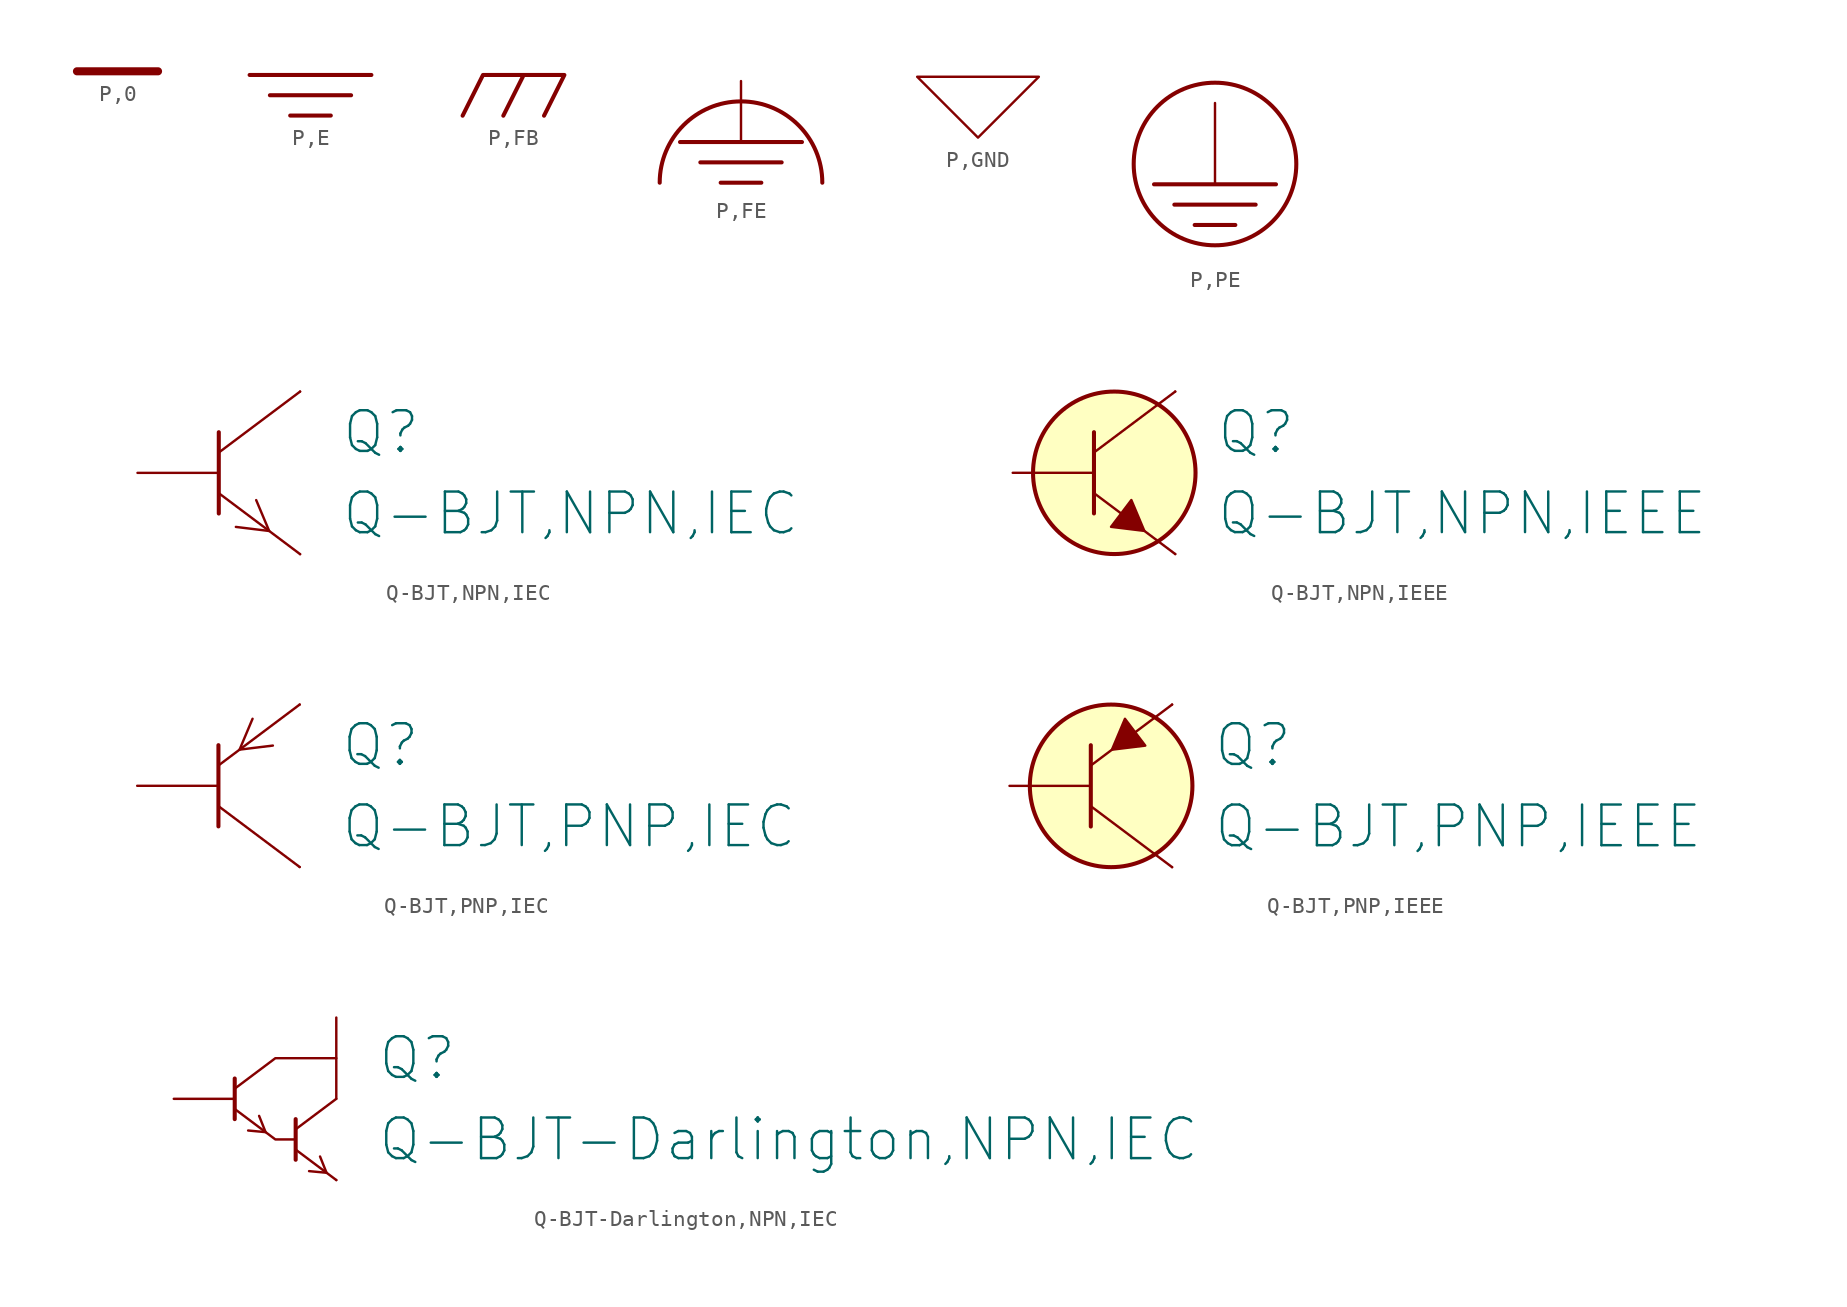
<source format=kicad_sym>
(kicad_symbol_lib
  (version 20211014)
  (generator kicad_symbol_editor)
  (symbol "P,0"
    (power)
    (pin_numbers hide)
    (pin_names
      (offset 3.81))
    (property "Reference" "#PWR"
      (at 3.81 3.81 0)
      (effects (font (size 2.54 2.54)) (justify left) hide))
    (symbol "P,0_1_1"
      (polyline (pts (xy -2.54 0) (xy 2.54 0)) (stroke (width 0.508) (type default) (color 0 0 0 0)) (fill (type none)))
      (pin power_in line (at 0 0 0) (length 0) hide (name "0" (effects (font (size 2.54 2.54)))) (number "0" (effects (font (size 0 0)))))))
  (symbol "P,E"
    (power)
    (pin_numbers hide)
    (pin_names
      (offset 3.81))
    (property "Reference" "#PWR"
      (at 3.81 3.81 0)
      (effects (font (size 2.54 2.54)) (justify left) hide))
    (symbol "P,E_1_1"
      (polyline (pts (xy -3.81 0) (xy 3.81 0)) (stroke (width 0.254) (type default) (color 0 0 0 0)) (fill (type none)))
      (polyline (pts (xy -2.54 -1.27) (xy 2.54 -1.27)) (stroke (width 0.254) (type default) (color 0 0 0 0)) (fill (type none)))
      (polyline (pts (xy -1.27 -2.54) (xy 1.27 -2.54)) (stroke (width 0.254) (type default) (color 0 0 0 0)) (fill (type none)))
      (pin power_in line (at 0 0 0) (length 0) hide (name "E" (effects (font (size 2.54 2.54)))) (number "0" (effects (font (size 0 0)))))))
  (symbol "P,FB"
    (power)
    (pin_numbers hide)
    (pin_names
      (offset 3.81))
    (property "Reference" "#PWR"
      (at 3.81 3.81 0)
      (effects (font (size 2.54 2.54)) (justify left) hide))
    (symbol "P,FB_1_1"
      (polyline (pts (xy 0 0) (xy -1.27 -2.54)) (stroke (width 0.254) (type default) (color 0 0 0 0)) (fill (type none)))
      (polyline (pts (xy -3.81 -2.54) (xy -2.54 0) (xy 2.54 0) (xy 1.27 -2.54)) (stroke (width 0.254) (type default) (color 0 0 0 0)) (fill (type none)))
      (pin power_in line (at 0 0 0) (length 0) hide (name "FB" (effects (font (size 2.54 2.54)))) (number "0" (effects (font (size 0 0)))))))
  (symbol "P,FE"
    (power)
    (pin_numbers hide)
    (pin_names
      (offset 3.81))
    (property "Reference" "#PWR"
      (at 3.81 3.81 0)
      (effects (font (size 2.54 2.54)) (justify left) hide))
    (symbol "P,FE_1_1"
      (polyline (pts (xy -3.81 -3.81) (xy 3.81 -3.81)) (stroke (width 0.254) (type default) (color 0 0 0 0)) (fill (type none)))
      (polyline (pts (xy -2.54 -5.08) (xy 2.54 -5.08)) (stroke (width 0.254) (type default) (color 0 0 0 0)) (fill (type none)))
      (polyline (pts (xy -1.27 -6.35) (xy 1.27 -6.35)) (stroke (width 0.254) (type default) (color 0 0 0 0)) (fill (type none)))
      (polyline (pts (xy 0 0) (xy 0 -3.81)) (stroke (width 0) (type default) (color 0 0 0 0)) (fill (type none)))
      (arc (start 5.08 -6.35) (mid 0 -1.27) (end -5.08 -6.35) (stroke (width 0.254) (type default) (color 0 0 0 0)) (fill (type none)))
      (pin power_in line (at 0 0 0) (length 0) hide (name "FE" (effects (font (size 2.54 2.54)))) (number "0" (effects (font (size 0 0)))))))
  (symbol "P,GND"
    (power)
    (pin_numbers hide)
    (pin_names
      (offset 3.81))
    (property "Reference" "#PWR"
      (at 3.81 3.81 0)
      (effects (font (size 2.54 2.54)) (justify left) hide))
    (symbol "P,GND_1_1"
      (polyline (pts (xy 0 -3.81) (xy 3.81 0) (xy -3.81 0) (xy 0 -3.81)) (stroke (width 0) (type default) (color 0 0 0 0)) (fill (type none)))
      (pin power_in line (at 0 0 0) (length 0) hide (name "GND" (effects (font (size 2.54 2.54)))) (number "0" (effects (font (size 0 0)))))))
  (symbol "P,PE"
    (power)
    (pin_numbers hide)
    (pin_names
      (offset 3.81))
    (property "Reference" "#PWR"
      (at 3.81 3.81 0)
      (effects (font (size 2.54 2.54)) (justify left) hide))
    (symbol "P,PE_1_1"
      (circle (center 0 -3.81) (radius 5.08) (stroke (width 0.254) (type default) (color 0 0 0 0)) (fill (type none)))
      (polyline (pts (xy -3.81 -5.08) (xy 3.81 -5.08)) (stroke (width 0.254) (type default) (color 0 0 0 0)) (fill (type none)))
      (polyline (pts (xy -2.54 -6.35) (xy 2.54 -6.35)) (stroke (width 0.254) (type default) (color 0 0 0 0)) (fill (type none)))
      (polyline (pts (xy -1.27 -7.62) (xy 1.27 -7.62)) (stroke (width 0.254) (type default) (color 0 0 0 0)) (fill (type none)))
      (polyline (pts (xy 0 0) (xy 0 -5.08)) (stroke (width 0) (type default) (color 0 0 0 0)) (fill (type none)))
      (pin power_in line (at 0 0 0) (length 0) hide (name "PE" (effects (font (size 2.54 2.54)))) (number "0" (effects (font (size 0 0)))))))
  (symbol "Q-BJT,NPN,IEC"
    (pin_numbers hide)
    (pin_names
      (offset 0) hide)
    (property "Reference" "Q"
      (at 7.62 2.54 0)
      (effects (font (size 2.54 2.54)) (justify left)))
    (property "Value" "Q-BJT,NPN,IEC"
      (at 7.62 -2.54 0)
      (effects (font (size 2.54 2.54)) (justify left)))
    (symbol "Q-BJT,NPN,IEC_1_1"
      (polyline (pts (xy 0 2.54) (xy 0 -2.54)) (stroke (width 0.254) (type default) (color 0 0 0 0)) (fill (type none)))
      (polyline (pts (xy 5.08 -5.08) (xy 0 -1.27)) (stroke (width 0) (type default) (color 0 0 0 0)) (fill (type none)))
      (polyline (pts (xy 5.08 5.08) (xy 0 1.27)) (stroke (width 0) (type default) (color 0 0 0 0)) (fill (type none)))
      (polyline (pts (xy 2.337 -1.702) (xy 3.15 -3.632) (xy 1.067 -3.378)) (stroke (width 0) (type default) (color 0 0 0 0)) (fill (type none)))
      (pin passive line (at 5.08 5.08 270) (length 0) (name "C" (effects (font (size 1.27 1.27)))) (number "1" (effects (font (size 1.829 1.829)))))
      (pin passive line (at -5.08 0 0) (length 5.08) (name "B" (effects (font (size 1.27 1.27)))) (number "2" (effects (font (size 1.829 1.829)))))
      (pin passive line (at 5.08 -5.08 90) (length 0) (name "E" (effects (font (size 1.27 1.27)))) (number "3" (effects (font (size 1.829 1.829)))))))
  (symbol "Q-BJT,NPN,IEEE"
    (pin_numbers hide)
    (pin_names
      (offset 0) hide)
    (property "Reference" "Q"
      (at 7.62 2.54 0)
      (effects (font (size 2.54 2.54)) (justify left)))
    (property "Value" "Q-BJT,NPN,IEEE"
      (at 7.62 -2.54 0)
      (effects (font (size 2.54 2.54)) (justify left)))
    (symbol "Q-BJT,NPN,IEEE_1_1"
      (polyline (pts (xy 0 2.54) (xy 0 -2.54)) (stroke (width 0.254) (type default) (color 0 0 0 0)) (fill (type none)))
      (polyline (pts (xy 5.08 -5.08) (xy 0 -1.27)) (stroke (width 0) (type default) (color 0 0 0 0)) (fill (type none)))
      (polyline (pts (xy 5.08 5.08) (xy 0 1.27)) (stroke (width 0) (type default) (color 0 0 0 0)) (fill (type none)))
      (polyline (pts (xy 2.337 -1.702) (xy 3.15 -3.632) (xy 1.067 -3.378) (xy 2.337 -1.702)) (stroke (width 0) (type default) (color 0 0 0 0)) (fill (type outline)))
      (circle (center 1.27 0) (radius 5.08) (stroke (width 0.254) (type default) (color 0 0 0 0)) (fill (type background)))
      (pin passive line (at 5.08 5.08 270) (length 0) (name "C" (effects (font (size 1.27 1.27)))) (number "1" (effects (font (size 1.829 1.829)))))
      (pin passive line (at -5.08 0 0) (length 5.08) (name "B" (effects (font (size 1.27 1.27)))) (number "2" (effects (font (size 1.829 1.829)))))
      (pin passive line (at 5.08 -5.08 90) (length 0) (name "E" (effects (font (size 1.27 1.27)))) (number "3" (effects (font (size 1.829 1.829)))))))
  (symbol "Q-BJT,PNP,IEC"
    (pin_numbers hide)
    (pin_names
      (offset 0) hide)
    (property "Reference" "Q"
      (at 7.62 2.54 0)
      (effects (font (size 2.54 2.54)) (justify left)))
    (property "Value" "Q-BJT,PNP,IEC"
      (at 7.62 -2.54 0)
      (effects (font (size 2.54 2.54)) (justify left)))
    (symbol "Q-BJT,PNP,IEC_1_1"
      (polyline (pts (xy 0 2.54) (xy 0 -2.54)) (stroke (width 0.254) (type default) (color 0 0 0 0)) (fill (type none)))
      (polyline (pts (xy 5.08 -5.08) (xy 0 -1.27)) (stroke (width 0) (type default) (color 0 0 0 0)) (fill (type none)))
      (polyline (pts (xy 5.08 5.08) (xy 0 1.27)) (stroke (width 0) (type default) (color 0 0 0 0)) (fill (type none)))
      (polyline (pts (xy 2.134 4.191) (xy 1.321 2.261) (xy 3.404 2.515)) (stroke (width 0) (type default) (color 0 0 0 0)) (fill (type none)))
      (pin passive line (at 5.08 -5.08 90) (length 0) (name "C" (effects (font (size 1.27 1.27)))) (number "1" (effects (font (size 1.829 1.829)))))
      (pin passive line (at -5.08 0 0) (length 5.08) (name "B" (effects (font (size 1.27 1.27)))) (number "2" (effects (font (size 1.829 1.829)))))
      (pin passive line (at 5.08 5.08 270) (length 0) (name "E" (effects (font (size 1.27 1.27)))) (number "3" (effects (font (size 1.829 1.829)))))))
  (symbol "Q-BJT,PNP,IEEE"
    (pin_numbers hide)
    (pin_names
      (offset 0) hide)
    (property "Reference" "Q"
      (at 7.62 2.54 0)
      (effects (font (size 2.54 2.54)) (justify left)))
    (property "Value" "Q-BJT,PNP,IEEE"
      (at 7.62 -2.54 0)
      (effects (font (size 2.54 2.54)) (justify left)))
    (symbol "Q-BJT,PNP,IEEE_1_1"
      (polyline (pts (xy 0 2.54) (xy 0 -2.54)) (stroke (width 0.254) (type default) (color 0 0 0 0)) (fill (type none)))
      (polyline (pts (xy 5.08 -5.08) (xy 0 -1.27)) (stroke (width 0) (type default) (color 0 0 0 0)) (fill (type none)))
      (polyline (pts (xy 5.08 5.08) (xy 0 1.27)) (stroke (width 0) (type default) (color 0 0 0 0)) (fill (type none)))
      (polyline (pts (xy 2.134 4.191) (xy 1.321 2.261) (xy 3.404 2.515) (xy 2.134 4.191)) (stroke (width 0) (type default) (color 0 0 0 0)) (fill (type outline)))
      (circle (center 1.27 0) (radius 5.08) (stroke (width 0.254) (type default) (color 0 0 0 0)) (fill (type background)))
      (pin passive line (at 5.08 -5.08 90) (length 0) (name "C" (effects (font (size 1.27 1.27)))) (number "1" (effects (font (size 1.829 1.829)))))
      (pin passive line (at -5.08 0 0) (length 5.08) (name "B" (effects (font (size 1.27 1.27)))) (number "2" (effects (font (size 1.829 1.829)))))
      (pin passive line (at 5.08 5.08 270) (length 0) (name "E" (effects (font (size 1.27 1.27)))) (number "3" (effects (font (size 1.829 1.829)))))))
  (symbol "Q-BJT-Darlington,NPN,IEC"
    (pin_numbers hide)
    (pin_names
      (offset 0) hide)
    (property "Reference" "Q"
      (at 7.62 2.54 0)
      (effects (font (size 2.54 2.54)) (justify left)))
    (property "Value" "Q-BJT-Darlington,NPN,IEC"
      (at 7.62 -2.54 0)
      (effects (font (size 2.54 2.54)) (justify left)))
    (symbol "Q-BJT-Darlington,NPN,IEC_1_1"
      (polyline (pts (xy -1.27 1.27) (xy -1.27 -1.27)) (stroke (width 0.254) (type default) (color 0 0 0 0)) (fill (type none)))
      (polyline (pts (xy 2.54 -1.27) (xy 2.54 -3.81)) (stroke (width 0.254) (type default) (color 0 0 0 0)) (fill (type none)))
      (polyline (pts (xy 5.08 -5.08) (xy 2.54 -3.175)) (stroke (width 0) (type default) (color 0 0 0 0)) (fill (type none)))
      (polyline (pts (xy 5.08 0) (xy 2.54 -1.905)) (stroke (width 0) (type default) (color 0 0 0 0)) (fill (type none)))
      (polyline (pts (xy 0.254 -1.067) (xy 0.66 -2.083) (xy -0.432 -1.981)) (stroke (width 0) (type default) (color 0 0 0 0)) (fill (type none)))
      (polyline (pts (xy 2.54 -2.54) (xy 1.27 -2.54) (xy -1.27 -0.635)) (stroke (width 0) (type default) (color 0 0 0 0)) (fill (type none)))
      (polyline (pts (xy 4.064 -3.607) (xy 4.47 -4.623) (xy 3.378 -4.521)) (stroke (width 0) (type default) (color 0 0 0 0)) (fill (type none)))
      (polyline (pts (xy 5.08 2.54) (xy 1.27 2.54) (xy -1.27 0.635)) (stroke (width 0) (type default) (color 0 0 0 0)) (fill (type none)))
      (pin passive line (at 5.08 5.08 270) (length 5.08) (name "C" (effects (font (size 1.27 1.27)))) (number "1" (effects (font (size 1.829 1.829)))))
      (pin passive line (at -5.08 0 0) (length 3.81) (name "B" (effects (font (size 1.27 1.27)))) (number "2" (effects (font (size 1.829 1.829)))))
      (pin passive line (at 5.08 -5.08 90) (length 0) (name "E" (effects (font (size 1.27 1.27)))) (number "3" (effects (font (size 1.829 1.829))))))))
</source>
